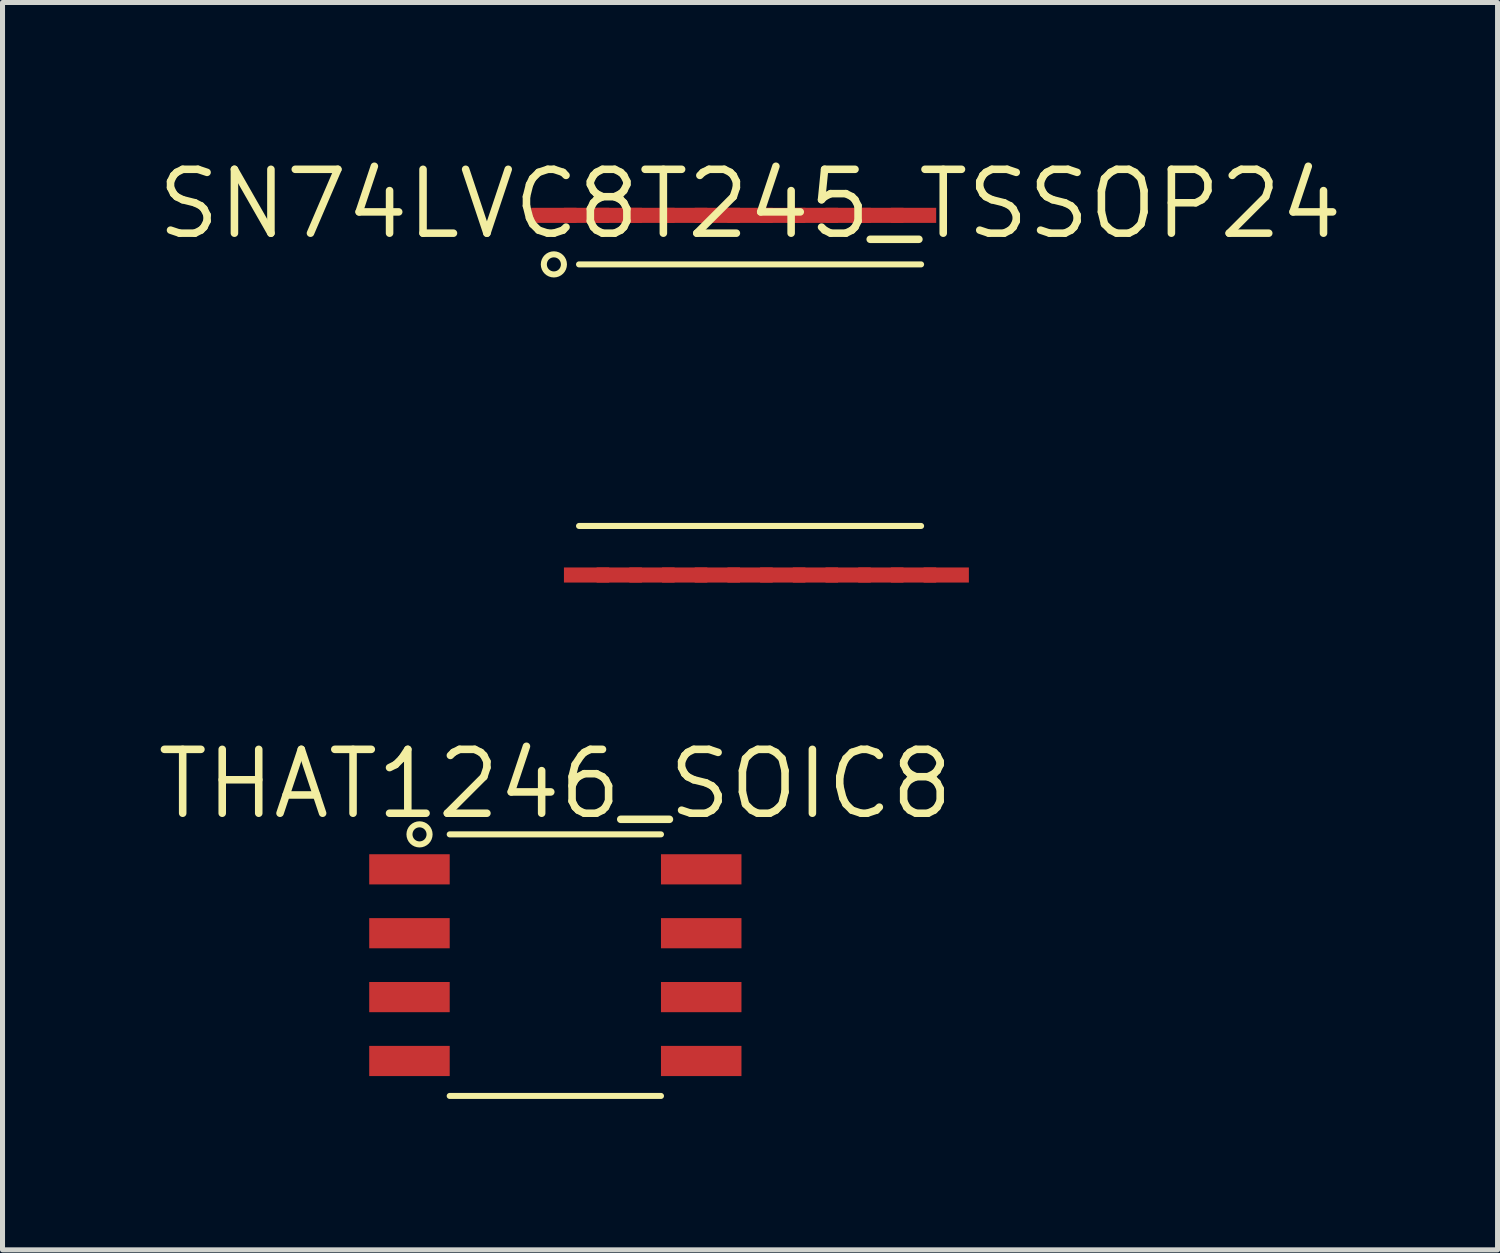
<source format=kicad_pcb>
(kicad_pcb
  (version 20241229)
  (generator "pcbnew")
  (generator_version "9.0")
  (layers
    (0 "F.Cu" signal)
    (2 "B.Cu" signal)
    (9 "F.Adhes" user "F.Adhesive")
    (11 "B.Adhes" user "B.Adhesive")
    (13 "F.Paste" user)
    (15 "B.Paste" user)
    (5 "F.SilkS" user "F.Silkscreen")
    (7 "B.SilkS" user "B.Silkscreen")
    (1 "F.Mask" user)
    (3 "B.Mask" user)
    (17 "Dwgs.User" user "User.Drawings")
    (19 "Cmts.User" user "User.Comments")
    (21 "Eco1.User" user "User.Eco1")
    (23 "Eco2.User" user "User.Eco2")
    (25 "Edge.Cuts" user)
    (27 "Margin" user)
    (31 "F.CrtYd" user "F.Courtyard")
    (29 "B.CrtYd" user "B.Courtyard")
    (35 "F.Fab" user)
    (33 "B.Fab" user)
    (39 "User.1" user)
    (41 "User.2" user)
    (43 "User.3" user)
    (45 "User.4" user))
  (footprint "SN74LVC8T245_TSSOP24"
    (layer "F.Cu")
    (at 11.861 4.806)
    (property "Reference" "SN74LVC8T245_TSSOP24" (at 0 -3.8 0) (layer "F.SilkS") (effects (font (size 1.27 1.27) (thickness 0.15))))
    (attr smd)
    (fp_line (start -3.4 -2.6) (end 3.4 -2.6) (stroke (width 0.12) (type solid)) (layer "F.SilkS"))
    (fp_line (start -3.4 2.6) (end 3.4 2.6) (stroke (width 0.12) (type solid)) (layer "F.SilkS"))
    (fp_circle (center -3.9 -2.6) (end -3.7 -2.6) (stroke (width 0.12) (type solid)) (fill no) (layer "F.SilkS"))
    (pad "1" smd rect (at -3.9 -3.575) (size 0.9 0.3) (layers "F.Cu" "F.Mask" "F.Paste"))
    (pad "2" smd rect (at -3.25 -3.575) (size 0.9 0.3) (layers "F.Cu" "F.Mask" "F.Paste"))
    (pad "3" smd rect (at -2.6 -3.575) (size 0.9 0.3) (layers "F.Cu" "F.Mask" "F.Paste"))
    (pad "4" smd rect (at -1.95 -3.575) (size 0.9 0.3) (layers "F.Cu" "F.Mask" "F.Paste"))
    (pad "5" smd rect (at -1.3 -3.575) (size 0.9 0.3) (layers "F.Cu" "F.Mask" "F.Paste"))
    (pad "6" smd rect (at -0.65 -3.575) (size 0.9 0.3) (layers "F.Cu" "F.Mask" "F.Paste"))
    (pad "7" smd rect (at 0 -3.575) (size 0.9 0.3) (layers "F.Cu" "F.Mask" "F.Paste"))
    (pad "8" smd rect (at 0.65 -3.575) (size 0.9 0.3) (layers "F.Cu" "F.Mask" "F.Paste"))
    (pad "9" smd rect (at 1.3 -3.575) (size 0.9 0.3) (layers "F.Cu" "F.Mask" "F.Paste"))
    (pad "10" smd rect (at 1.95 -3.575) (size 0.9 0.3) (layers "F.Cu" "F.Mask" "F.Paste"))
    (pad "11" smd rect (at 2.6 -3.575) (size 0.9 0.3) (layers "F.Cu" "F.Mask" "F.Paste"))
    (pad "12" smd rect (at 3.25 -3.575) (size 0.9 0.3) (layers "F.Cu" "F.Mask" "F.Paste"))
    (pad "13" smd rect (at 3.9 3.575) (size 0.9 0.3) (layers "F.Cu" "F.Mask" "F.Paste"))
    (pad "14" smd rect (at 3.25 3.575) (size 0.9 0.3) (layers "F.Cu" "F.Mask" "F.Paste"))
    (pad "15" smd rect (at 2.6 3.575) (size 0.9 0.3) (layers "F.Cu" "F.Mask" "F.Paste"))
    (pad "16" smd rect (at 1.95 3.575) (size 0.9 0.3) (layers "F.Cu" "F.Mask" "F.Paste"))
    (pad "17" smd rect (at 1.3 3.575) (size 0.9 0.3) (layers "F.Cu" "F.Mask" "F.Paste"))
    (pad "18" smd rect (at 0.65 3.575) (size 0.9 0.3) (layers "F.Cu" "F.Mask" "F.Paste"))
    (pad "19" smd rect (at 0 3.575) (size 0.9 0.3) (layers "F.Cu" "F.Mask" "F.Paste"))
    (pad "20" smd rect (at -0.65 3.575) (size 0.9 0.3) (layers "F.Cu" "F.Mask" "F.Paste"))
    (pad "21" smd rect (at -1.3 3.575) (size 0.9 0.3) (layers "F.Cu" "F.Mask" "F.Paste"))
    (pad "22" smd rect (at -1.95 3.575) (size 0.9 0.3) (layers "F.Cu" "F.Mask" "F.Paste"))
    (pad "23" smd rect (at -2.6 3.575) (size 0.9 0.3) (layers "F.Cu" "F.Mask" "F.Paste"))
    (pad "24" smd rect (at -3.25 3.575) (size 0.9 0.3) (layers "F.Cu" "F.Mask" "F.Paste")))
  (footprint "THAT1246_SOIC8"
    (layer "F.Cu")
    (at 7.99 16.137)
    (property "Reference" "THAT1246_SOIC8" (at 0 -3.6 0) (layer "F.SilkS") (effects (font (size 1.27 1.27) (thickness 0.15))))
    (attr smd)
    (fp_line (start -2.1 -2.6) (end 2.1 -2.6) (stroke (width 0.12) (type solid)) (layer "F.SilkS"))
    (fp_line (start -2.1 2.6) (end 2.1 2.6) (stroke (width 0.12) (type solid)) (layer "F.SilkS"))
    (fp_circle (center -2.7 -2.6) (end -2.5 -2.6) (stroke (width 0.12) (type solid)) (fill no) (layer "F.SilkS"))
    (pad "1" smd rect (at -2.9 -1.905) (size 1.6 0.6) (layers "F.Cu" "F.Mask" "F.Paste"))
    (pad "2" smd rect (at -2.9 -0.635) (size 1.6 0.6) (layers "F.Cu" "F.Mask" "F.Paste"))
    (pad "3" smd rect (at -2.9 0.635) (size 1.6 0.6) (layers "F.Cu" "F.Mask" "F.Paste"))
    (pad "4" smd rect (at -2.9 1.905) (size 1.6 0.6) (layers "F.Cu" "F.Mask" "F.Paste"))
    (pad "5" smd rect (at 2.9 1.905) (size 1.6 0.6) (layers "F.Cu" "F.Mask" "F.Paste"))
    (pad "6" smd rect (at 2.9 0.635) (size 1.6 0.6) (layers "F.Cu" "F.Mask" "F.Paste"))
    (pad "7" smd rect (at 2.9 -0.635) (size 1.6 0.6) (layers "F.Cu" "F.Mask" "F.Paste"))
    (pad "8" smd rect (at 2.9 -1.905) (size 1.6 0.6) (layers "F.Cu" "F.Mask" "F.Paste")))
  (gr_rect
    (start -3 -3)
    (end 26.721 21.797)
    (stroke (width 0.1) (type default))
    (fill no)
    (layer "Edge.Cuts")))
</source>
